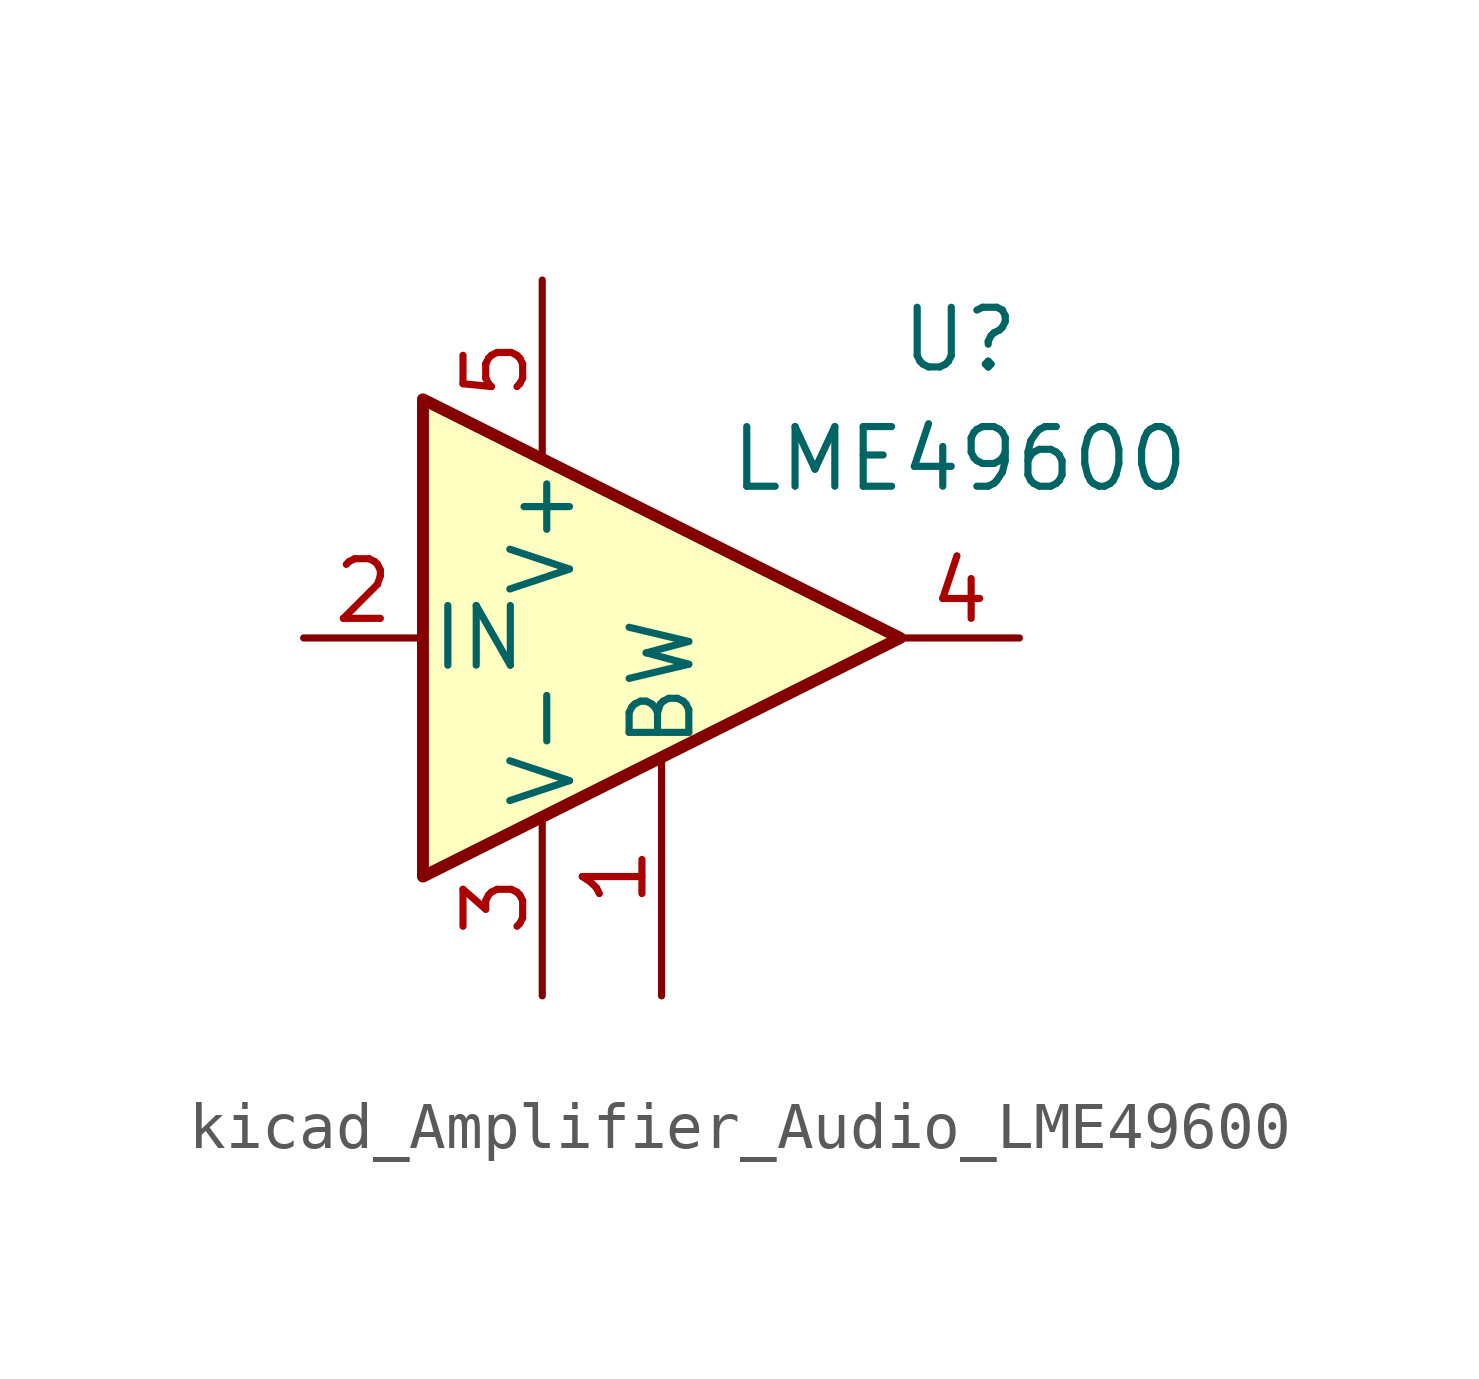
<source format=kicad_sym>
(kicad_symbol_lib
  (version 20220914)
  (generator kicad_symbol_editor)
  (symbol "kicad_Amplifier_Audio_LME49600"
    (pin_names
      (offset 0.127))
    (property "Reference" "U"
      (at 6.35 6.35 0)
      (effects (font (size 1.27 1.27))))
    (property "Value" "LME49600"
      (at 6.35 3.81 0)
      (effects (font (size 1.27 1.27))))
    (symbol "kicad_Amplifier_Audio_LME49600_0_1"
      (polyline (pts (xy -5.08 5.08) (xy 5.08 0) (xy -5.08 -5.08) (xy -5.08 5.08)) (stroke (width 0.254) (type default)) (fill (type background))))
    (symbol "kicad_Amplifier_Audio_LME49600_1_1"
      (pin passive line (at 0 -7.62 90) (length 5.08) (name "BW" (effects (font (size 1.27 1.27)))) (number "1" (effects (font (size 1.27 1.27)))))
      (pin input line (at -7.62 0 0) (length 2.54) (name "IN" (effects (font (size 1.27 1.27)))) (number "2" (effects (font (size 1.27 1.27)))))
      (pin power_in line (at -2.54 -7.62 90) (length 3.81) (name "V-" (effects (font (size 1.27 1.27)))) (number "3" (effects (font (size 1.27 1.27)))))
      (pin output line (at 7.62 0 180) (length 2.54) (name "~" (effects (font (size 1.27 1.27)))) (number "4" (effects (font (size 1.27 1.27)))))
      (pin power_in line (at -2.54 7.62 270) (length 3.81) (name "V+" (effects (font (size 1.27 1.27)))) (number "5" (effects (font (size 1.27 1.27))))))))
</source>
